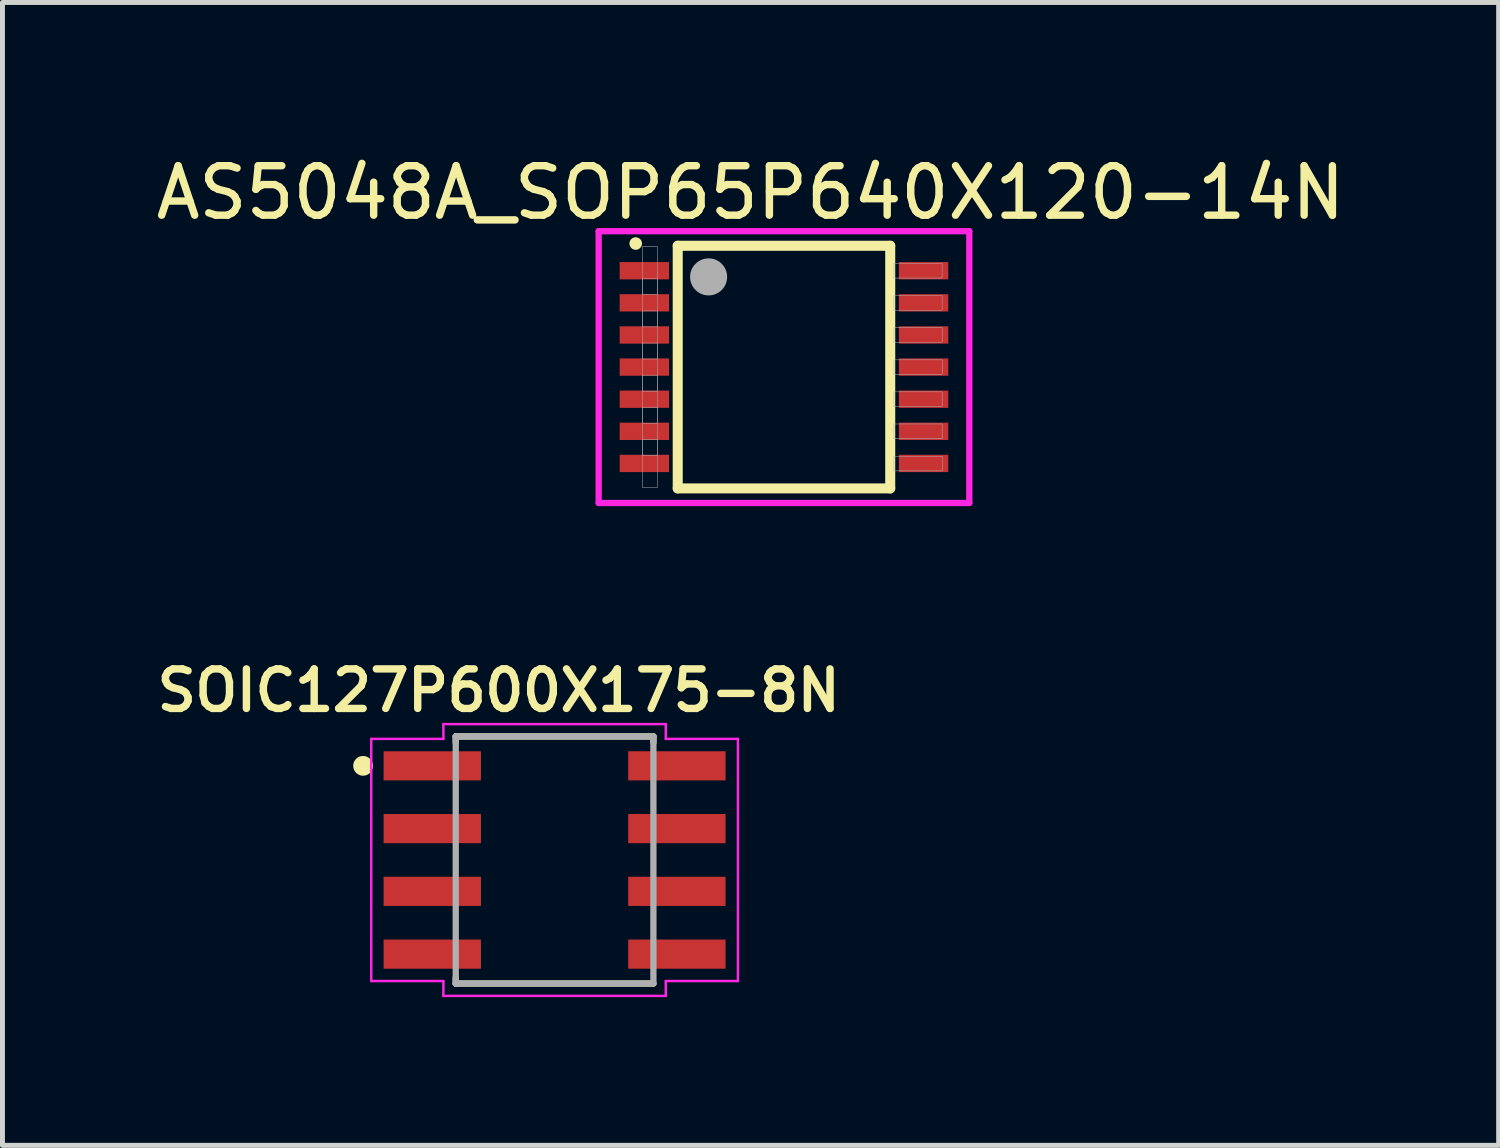
<source format=kicad_pcb>
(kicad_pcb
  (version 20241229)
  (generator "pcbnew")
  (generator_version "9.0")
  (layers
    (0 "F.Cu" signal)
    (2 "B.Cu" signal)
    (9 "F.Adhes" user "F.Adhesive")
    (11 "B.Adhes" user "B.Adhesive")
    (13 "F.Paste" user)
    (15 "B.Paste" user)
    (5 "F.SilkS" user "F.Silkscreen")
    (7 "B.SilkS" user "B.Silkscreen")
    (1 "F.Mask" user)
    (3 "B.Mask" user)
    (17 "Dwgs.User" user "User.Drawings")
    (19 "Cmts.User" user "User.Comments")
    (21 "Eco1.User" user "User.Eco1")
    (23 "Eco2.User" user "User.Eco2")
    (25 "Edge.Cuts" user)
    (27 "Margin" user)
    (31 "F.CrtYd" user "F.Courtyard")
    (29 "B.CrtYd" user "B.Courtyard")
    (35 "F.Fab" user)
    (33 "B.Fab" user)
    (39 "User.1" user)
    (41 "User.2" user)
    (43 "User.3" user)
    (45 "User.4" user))
  (footprint "AS5048A_SOP65P640X120-14N"
    (layer "F.Cu")
    (at 12.814 4.378)
    (property "Reference" "AS5048A_SOP65P640X120-14N" (at -0.676 -3.529 0) (layer "F.SilkS") (effects (font (size 1.001 1.001) (thickness 0.15))))
    (attr smd)
    (fp_line (start -2.15 -2.455) (end 2.15 -2.455) (stroke (width 0.203) (type solid)) (layer "F.SilkS"))
    (fp_line (start -2.15 2.455) (end -2.15 -2.455) (stroke (width 0.203) (type solid)) (layer "F.SilkS"))
    (fp_line (start 2.15 -2.455) (end 2.15 2.455) (stroke (width 0.203) (type solid)) (layer "F.SilkS"))
    (fp_line (start 2.15 2.455) (end -2.15 2.455) (stroke (width 0.203) (type solid)) (layer "F.SilkS"))
    (fp_circle (center -3 -2.5) (end -2.873 -2.5) (stroke (width 0) (type solid)) (fill yes) (layer "F.SilkS"))
    (fp_line (start -3.75 -2.75) (end 3.75 -2.75) (stroke (width 0.127) (type solid)) (layer "F.CrtYd"))
    (fp_line (start -3.75 2.75) (end -3.75 -2.75) (stroke (width 0.127) (type solid)) (layer "F.CrtYd"))
    (fp_line (start 3.75 -2.75) (end 3.75 2.75) (stroke (width 0.127) (type solid)) (layer "F.CrtYd"))
    (fp_line (start 3.75 2.75) (end -3.75 2.75) (stroke (width 0.127) (type solid)) (layer "F.CrtYd"))
    (fp_circle (center -1.525 -1.825) (end -1.15 -1.825) (stroke (width 0) (type solid)) (fill yes) (layer "F.Fab"))
    (fp_poly (pts (xy -2.868 0.812) (xy -2.562 0.812) (xy -2.562 1.791) (xy -2.868 1.791)) (stroke (width 0.01) (type solid)) (fill no) (layer "F.Fab"))
    (fp_poly (pts (xy -2.866 -1.788) (xy -2.562 -1.788) (xy -2.562 -0.813) (xy -2.866 -0.813)) (stroke (width 0.01) (type solid)) (fill no) (layer "F.Fab"))
    (fp_poly (pts (xy -2.865 0.163) (xy -2.562 0.163) (xy -2.562 1.139) (xy -2.865 1.139)) (stroke (width 0.01) (type solid)) (fill no) (layer "F.Fab"))
    (fp_poly (pts (xy -2.865 -2.438) (xy -2.562 -2.438) (xy -2.562 -1.464) (xy -2.865 -1.464)) (stroke (width 0.01) (type solid)) (fill no) (layer "F.Fab"))
    (fp_poly (pts (xy -2.864 -0.487) (xy -2.562 -0.487) (xy -2.562 0.488) (xy -2.864 0.488)) (stroke (width 0.01) (type solid)) (fill no) (layer "F.Fab"))
    (fp_poly (pts (xy -2.863 -1.137) (xy -2.562 -1.137) (xy -2.562 -0.163) (xy -2.863 -0.163)) (stroke (width 0.01) (type solid)) (fill no) (layer "F.Fab"))
    (fp_poly (pts (xy -2.863 1.462) (xy -2.562 1.462) (xy -2.562 2.438) (xy -2.863 2.438)) (stroke (width 0.01) (type solid)) (fill no) (layer "F.Fab"))
    (fp_poly (pts (xy 2.225 1.805) (xy 3.205 1.805) (xy 3.205 2.1) (xy 2.225 2.1)) (stroke (width 0.01) (type solid)) (fill no) (layer "F.Fab"))
    (fp_poly (pts (xy 2.225 1.151) (xy 3.201 1.151) (xy 3.201 1.45) (xy 2.225 1.45)) (stroke (width 0.01) (type solid)) (fill no) (layer "F.Fab"))
    (fp_poly (pts (xy 2.225 -1.45) (xy 3.2 -1.45) (xy 3.2 -1.15) (xy 2.225 -1.15)) (stroke (width 0.01) (type solid)) (fill no) (layer "F.Fab"))
    (fp_poly (pts (xy 2.225 0.501) (xy 3.201 0.501) (xy 3.201 0.8) (xy 2.225 0.8)) (stroke (width 0.01) (type solid)) (fill no) (layer "F.Fab"))
    (fp_poly (pts (xy 2.226 -0.799) (xy 3.201 -0.799) (xy 3.201 -0.501) (xy 2.226 -0.501)) (stroke (width 0.01) (type solid)) (fill no) (layer "F.Fab"))
    (fp_poly (pts (xy 2.226 -2.1) (xy 3.2 -2.1) (xy 3.2 -1.801) (xy 2.226 -1.801)) (stroke (width 0.01) (type solid)) (fill no) (layer "F.Fab"))
    (fp_poly (pts (xy 2.227 -0.147) (xy 3.203 -0.147) (xy 3.203 0.148) (xy 2.227 0.148)) (stroke (width 0.01) (type solid)) (fill no) (layer "F.Fab"))
    (pad "1" smd rect (at -2.825 -1.95 270) (size 0.35 1) (layers "F.Cu" "F.Mask" "F.Paste"))
    (pad "2" smd rect (at -2.825 -1.3 270) (size 0.35 1) (layers "F.Cu" "F.Mask" "F.Paste"))
    (pad "3" smd rect (at -2.825 -0.65 270) (size 0.35 1) (layers "F.Cu" "F.Mask" "F.Paste"))
    (pad "4" smd rect (at -2.825 0 270) (size 0.35 1) (layers "F.Cu" "F.Mask" "F.Paste"))
    (pad "5" smd rect (at -2.825 0.65 270) (size 0.35 1) (layers "F.Cu" "F.Mask" "F.Paste"))
    (pad "6" smd rect (at -2.825 1.3 270) (size 0.35 1) (layers "F.Cu" "F.Mask" "F.Paste"))
    (pad "7" smd rect (at -2.825 1.95 270) (size 0.35 1) (layers "F.Cu" "F.Mask" "F.Paste"))
    (pad "8" smd rect (at 2.825 1.95 90) (size 0.35 1) (layers "F.Cu" "F.Mask" "F.Paste"))
    (pad "9" smd rect (at 2.825 1.3 90) (size 0.35 1) (layers "F.Cu" "F.Mask" "F.Paste"))
    (pad "10" smd rect (at 2.825 0.65 90) (size 0.35 1) (layers "F.Cu" "F.Mask" "F.Paste"))
    (pad "11" smd rect (at 2.825 0 90) (size 0.35 1) (layers "F.Cu" "F.Mask" "F.Paste"))
    (pad "12" smd rect (at 2.825 -0.65 90) (size 0.35 1) (layers "F.Cu" "F.Mask" "F.Paste"))
    (pad "13" smd rect (at 2.825 -1.3 90) (size 0.35 1) (layers "F.Cu" "F.Mask" "F.Paste"))
    (pad "14" smd rect (at 2.825 -1.95 90) (size 0.35 1) (layers "F.Cu" "F.Mask" "F.Paste")))
  (footprint "SOIC127P600X175-8N"
    (layer "F.Cu")
    (at 8.172 14.352)
    (property "Reference" "SOIC127P600X175-8N" (at -1.131 -3.429 0) (layer "F.SilkS") (effects (font (size 0.8 0.8) (thickness 0.15))))
    (attr smd)
    (fp_line (start -2 -2.5) (end 2 -2.5) (stroke (width 0.127) (type solid)) (layer "F.SilkS"))
    (fp_line (start -2 -2.375) (end -2 -2.5) (stroke (width 0.127) (type solid)) (layer "F.SilkS"))
    (fp_line (start -2 2.375) (end -2 2.5) (stroke (width 0.127) (type solid)) (layer "F.SilkS"))
    (fp_line (start -2 2.5) (end 2 2.5) (stroke (width 0.127) (type solid)) (layer "F.SilkS"))
    (fp_line (start 2 -2.5) (end 2 -2.375) (stroke (width 0.127) (type solid)) (layer "F.SilkS"))
    (fp_circle (center -3.875 -1.905) (end -3.775 -1.905) (stroke (width 0.2) (type solid)) (fill no) (layer "F.SilkS"))
    (fp_line (start -3.71 -2.45) (end -3.71 2.45) (stroke (width 0.05) (type solid)) (layer "F.CrtYd"))
    (fp_line (start -3.71 2.45) (end -2.25 2.45) (stroke (width 0.05) (type solid)) (layer "F.CrtYd"))
    (fp_line (start -2.25 -2.75) (end -2.25 -2.45) (stroke (width 0.05) (type solid)) (layer "F.CrtYd"))
    (fp_line (start -2.25 -2.45) (end -3.71 -2.45) (stroke (width 0.05) (type solid)) (layer "F.CrtYd"))
    (fp_line (start -2.25 2.45) (end -2.25 2.75) (stroke (width 0.05) (type solid)) (layer "F.CrtYd"))
    (fp_line (start -2.25 2.75) (end 2.25 2.75) (stroke (width 0.05) (type solid)) (layer "F.CrtYd"))
    (fp_line (start 2.25 -2.75) (end -2.25 -2.75) (stroke (width 0.05) (type solid)) (layer "F.CrtYd"))
    (fp_line (start 2.25 -2.45) (end 2.25 -2.75) (stroke (width 0.05) (type solid)) (layer "F.CrtYd"))
    (fp_line (start 2.25 2.45) (end 3.71 2.45) (stroke (width 0.05) (type solid)) (layer "F.CrtYd"))
    (fp_line (start 2.25 2.75) (end 2.25 2.45) (stroke (width 0.05) (type solid)) (layer "F.CrtYd"))
    (fp_line (start 3.71 -2.45) (end 2.25 -2.45) (stroke (width 0.05) (type solid)) (layer "F.CrtYd"))
    (fp_line (start 3.71 2.45) (end 3.71 -2.45) (stroke (width 0.05) (type solid)) (layer "F.CrtYd"))
    (fp_line (start -2 -2.5) (end 2 -2.5) (stroke (width 0.127) (type solid)) (layer "F.Fab"))
    (fp_line (start -2 2.5) (end -2 -2.5) (stroke (width 0.127) (type solid)) (layer "F.Fab"))
    (fp_line (start 2 -2.5) (end 2 2.5) (stroke (width 0.127) (type solid)) (layer "F.Fab"))
    (fp_line (start 2 2.5) (end -2 2.5) (stroke (width 0.127) (type solid)) (layer "F.Fab"))
    (pad "1" smd rect (at -2.475 -1.905) (size 1.97 0.59) (layers "F.Cu" "F.Mask" "F.Paste"))
    (pad "2" smd rect (at -2.475 -0.635) (size 1.97 0.59) (layers "F.Cu" "F.Mask" "F.Paste"))
    (pad "3" smd rect (at -2.475 0.635) (size 1.97 0.59) (layers "F.Cu" "F.Mask" "F.Paste"))
    (pad "4" smd rect (at -2.475 1.905) (size 1.97 0.59) (layers "F.Cu" "F.Mask" "F.Paste"))
    (pad "5" smd rect (at 2.475 1.905) (size 1.97 0.59) (layers "F.Cu" "F.Mask" "F.Paste"))
    (pad "6" smd rect (at 2.475 0.635) (size 1.97 0.59) (layers "F.Cu" "F.Mask" "F.Paste"))
    (pad "7" smd rect (at 2.475 -0.635) (size 1.97 0.59) (layers "F.Cu" "F.Mask" "F.Paste"))
    (pad "8" smd rect (at 2.475 -1.905) (size 1.97 0.59) (layers "F.Cu" "F.Mask" "F.Paste")))
  (gr_rect
    (start -3 -3)
    (end 27.276 20.127)
    (stroke (width 0.1) (type default))
    (fill no)
    (layer "Edge.Cuts")))
</source>
